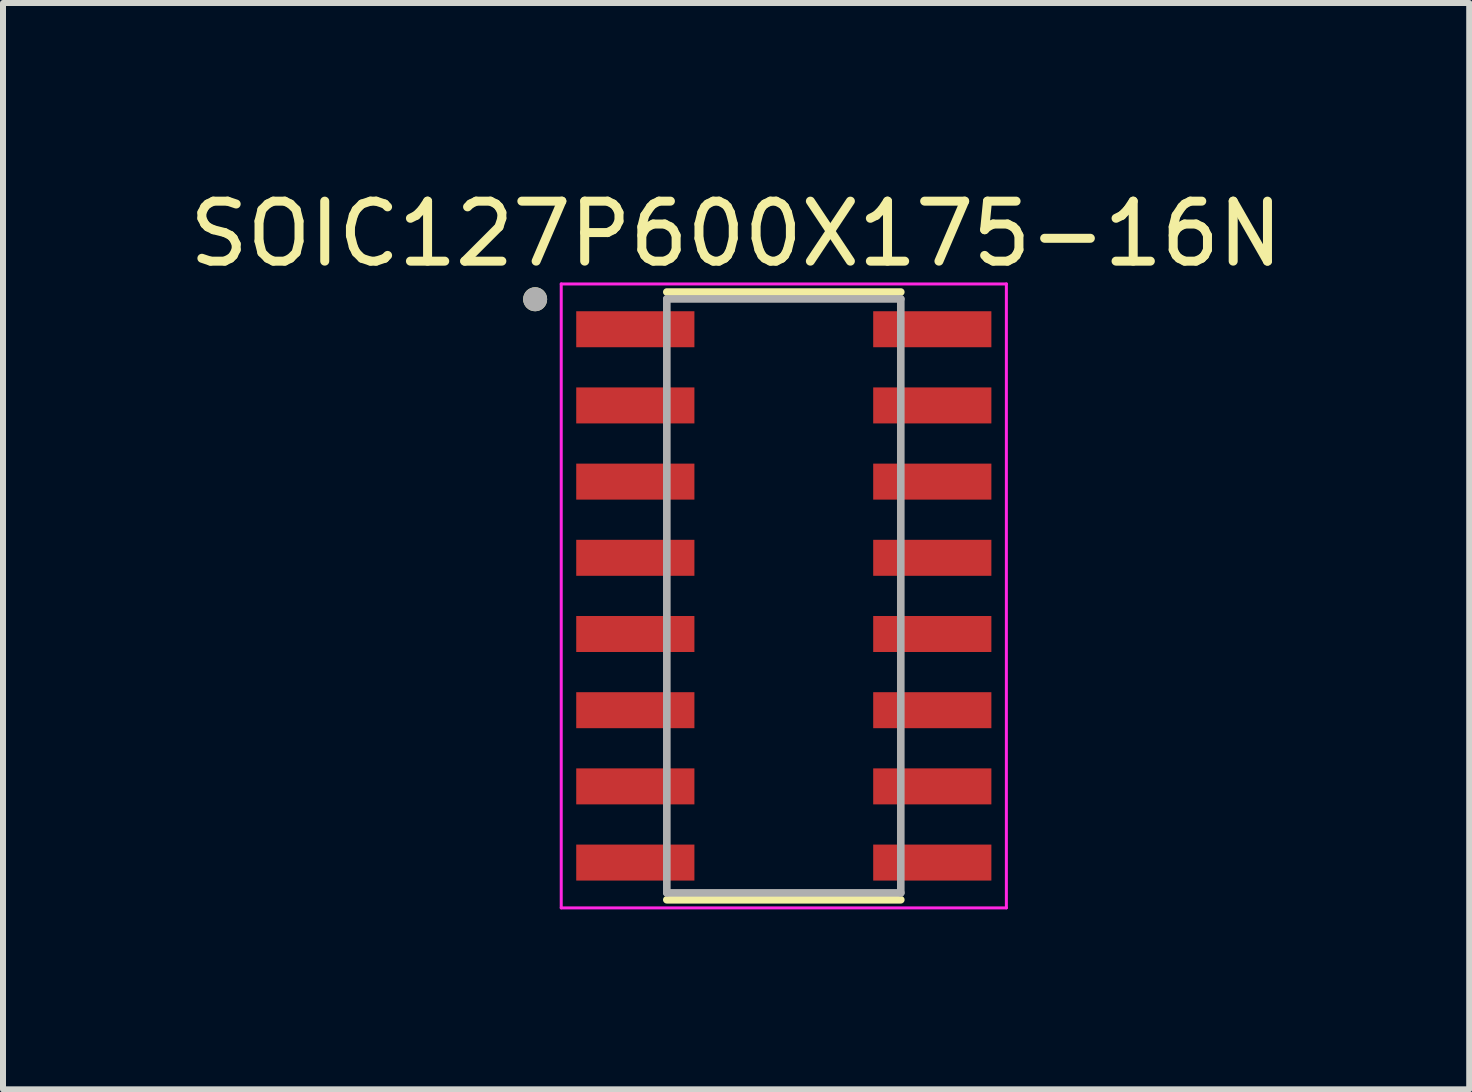
<source format=kicad_pcb>
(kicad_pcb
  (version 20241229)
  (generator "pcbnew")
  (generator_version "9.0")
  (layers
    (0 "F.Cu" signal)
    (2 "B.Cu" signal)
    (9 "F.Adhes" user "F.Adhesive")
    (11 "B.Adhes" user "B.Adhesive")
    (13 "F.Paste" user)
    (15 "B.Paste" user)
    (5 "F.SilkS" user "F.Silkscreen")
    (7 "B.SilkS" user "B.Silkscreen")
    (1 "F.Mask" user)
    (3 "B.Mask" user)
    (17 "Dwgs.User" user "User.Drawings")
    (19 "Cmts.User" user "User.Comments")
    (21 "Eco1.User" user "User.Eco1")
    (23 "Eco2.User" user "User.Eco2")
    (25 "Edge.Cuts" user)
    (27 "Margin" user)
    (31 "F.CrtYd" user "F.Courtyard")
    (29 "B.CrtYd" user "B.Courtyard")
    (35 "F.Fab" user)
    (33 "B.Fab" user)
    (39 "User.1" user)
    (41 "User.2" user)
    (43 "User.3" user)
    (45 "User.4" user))
  (footprint "SOIC127P600X175-16N"
    (layer "F.Cu")
    (at 10.015 6.883)
    (property "Reference" "SOIC127P600X175-16N" (at -0.795 -6.035 0) (layer "F.SilkS") (effects (font (size 1 1) (thickness 0.15))))
    (attr through_hole)
    (fp_line (start -1.95 -5.065) (end 1.95 -5.065) (stroke (width 0.127) (type solid)) (layer "F.SilkS"))
    (fp_line (start -1.95 5.065) (end 1.95 5.065) (stroke (width 0.127) (type solid)) (layer "F.SilkS"))
    (fp_circle (center -4.145 -4.945) (end -4.045 -4.945) (stroke (width 0.2) (type solid)) (fill no) (layer "F.SilkS"))
    (fp_line (start -3.71 -5.2) (end -3.71 5.2) (stroke (width 0.05) (type solid)) (layer "F.CrtYd"))
    (fp_line (start -3.71 -5.2) (end 3.71 -5.2) (stroke (width 0.05) (type solid)) (layer "F.CrtYd"))
    (fp_line (start -3.71 5.2) (end 3.71 5.2) (stroke (width 0.05) (type solid)) (layer "F.CrtYd"))
    (fp_line (start 3.71 -5.2) (end 3.71 5.2) (stroke (width 0.05) (type solid)) (layer "F.CrtYd"))
    (fp_line (start -1.95 -4.95) (end -1.95 4.95) (stroke (width 0.127) (type solid)) (layer "F.Fab"))
    (fp_line (start -1.95 -4.95) (end 1.95 -4.95) (stroke (width 0.127) (type solid)) (layer "F.Fab"))
    (fp_line (start -1.95 4.95) (end 1.95 4.95) (stroke (width 0.127) (type solid)) (layer "F.Fab"))
    (fp_line (start 1.95 -4.95) (end 1.95 4.95) (stroke (width 0.127) (type solid)) (layer "F.Fab"))
    (fp_circle (center -4.145 -4.945) (end -4.045 -4.945) (stroke (width 0.2) (type solid)) (fill no) (layer "F.Fab"))
    (pad "1" smd rect (at -2.475 -4.445) (size 1.97 0.6) (layers "F.Cu" "F.Mask" "F.Paste"))
    (pad "2" smd rect (at -2.475 -3.175) (size 1.97 0.6) (layers "F.Cu" "F.Mask" "F.Paste"))
    (pad "3" smd rect (at -2.475 -1.905) (size 1.97 0.6) (layers "F.Cu" "F.Mask" "F.Paste"))
    (pad "4" smd rect (at -2.475 -0.635) (size 1.97 0.6) (layers "F.Cu" "F.Mask" "F.Paste"))
    (pad "5" smd rect (at -2.475 0.635) (size 1.97 0.6) (layers "F.Cu" "F.Mask" "F.Paste"))
    (pad "6" smd rect (at -2.475 1.905) (size 1.97 0.6) (layers "F.Cu" "F.Mask" "F.Paste"))
    (pad "7" smd rect (at -2.475 3.175) (size 1.97 0.6) (layers "F.Cu" "F.Mask" "F.Paste"))
    (pad "8" smd rect (at -2.475 4.445) (size 1.97 0.6) (layers "F.Cu" "F.Mask" "F.Paste"))
    (pad "9" smd rect (at 2.475 4.445) (size 1.97 0.6) (layers "F.Cu" "F.Mask" "F.Paste"))
    (pad "10" smd rect (at 2.475 3.175) (size 1.97 0.6) (layers "F.Cu" "F.Mask" "F.Paste"))
    (pad "11" smd rect (at 2.475 1.905) (size 1.97 0.6) (layers "F.Cu" "F.Mask" "F.Paste"))
    (pad "12" smd rect (at 2.475 0.635) (size 1.97 0.6) (layers "F.Cu" "F.Mask" "F.Paste"))
    (pad "13" smd rect (at 2.475 -0.635) (size 1.97 0.6) (layers "F.Cu" "F.Mask" "F.Paste"))
    (pad "14" smd rect (at 2.475 -1.905) (size 1.97 0.6) (layers "F.Cu" "F.Mask" "F.Paste"))
    (pad "15" smd rect (at 2.475 -3.175) (size 1.97 0.6) (layers "F.Cu" "F.Mask" "F.Paste"))
    (pad "16" smd rect (at 2.475 -4.445) (size 1.97 0.6) (layers "F.Cu" "F.Mask" "F.Paste")))
  (gr_rect
    (start -3 -3)
    (end 21.44 15.108)
    (stroke (width 0.1) (type default))
    (fill no)
    (layer "Edge.Cuts")))
</source>
